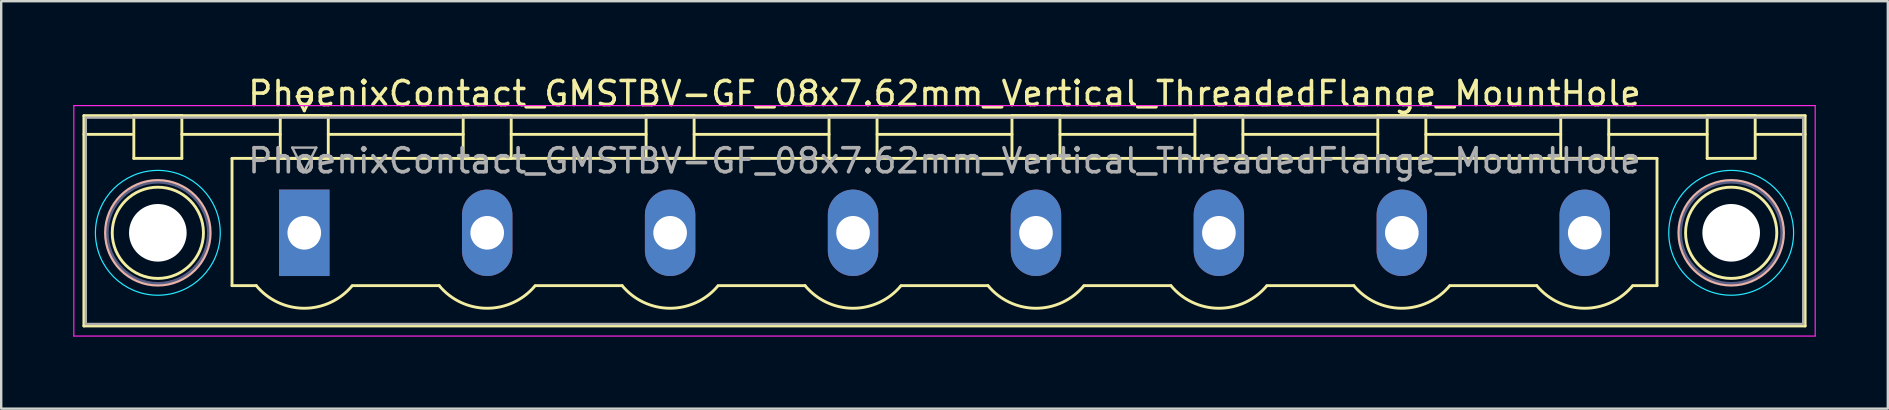
<source format=kicad_pcb>
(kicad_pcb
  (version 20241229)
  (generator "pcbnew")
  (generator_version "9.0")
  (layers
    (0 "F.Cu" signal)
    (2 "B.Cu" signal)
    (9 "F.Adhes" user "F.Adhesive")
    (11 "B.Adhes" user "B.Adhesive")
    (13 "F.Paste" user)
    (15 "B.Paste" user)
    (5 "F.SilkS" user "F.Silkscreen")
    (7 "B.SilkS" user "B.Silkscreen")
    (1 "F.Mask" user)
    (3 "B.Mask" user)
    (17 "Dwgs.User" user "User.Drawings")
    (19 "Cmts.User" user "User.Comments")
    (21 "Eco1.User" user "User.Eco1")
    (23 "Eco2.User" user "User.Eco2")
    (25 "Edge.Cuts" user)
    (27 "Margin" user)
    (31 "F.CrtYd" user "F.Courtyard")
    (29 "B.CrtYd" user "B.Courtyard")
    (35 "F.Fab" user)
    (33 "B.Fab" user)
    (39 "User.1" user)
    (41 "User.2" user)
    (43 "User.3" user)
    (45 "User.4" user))
  (footprint "PhoenixContact_GMSTBV-GF_08x7.62mm_Vertical_ThreadedFlange_MountHole"
    (layer "F.Cu")
    (at 9.625 6.648)
    (property "Reference" "PhoenixContact_GMSTBV-GF_08x7.62mm_Vertical_ThreadedFlange_MountHole" (at 26.67 -5.8 0) (layer "F.SilkS") (effects (font (size 1 1) (thickness 0.15))))
    (attr through_hole)
    (fp_line (start -9.18 -4.88) (end -9.18 3.88) (stroke (width 0.12) (type solid)) (layer "F.SilkS"))
    (fp_line (start -9.18 -4.1) (end -7.18 -4.1) (stroke (width 0.12) (type solid)) (layer "F.SilkS"))
    (fp_line (start -9.18 3.88) (end 62.52 3.88) (stroke (width 0.12) (type solid)) (layer "F.SilkS"))
    (fp_line (start -7.1 -4.88) (end -5.1 -4.88) (stroke (width 0.12) (type solid)) (layer "F.SilkS"))
    (fp_line (start -7.1 -3.1) (end -7.1 -4.88) (stroke (width 0.12) (type solid)) (layer "F.SilkS"))
    (fp_line (start -5.1 -4.88) (end -5.1 -3.1) (stroke (width 0.12) (type solid)) (layer "F.SilkS"))
    (fp_line (start -5.1 -4.1) (end -1 -4.1) (stroke (width 0.12) (type solid)) (layer "F.SilkS"))
    (fp_line (start -5.1 -3.1) (end -7.1 -3.1) (stroke (width 0.12) (type solid)) (layer "F.SilkS"))
    (fp_line (start -3.01 -3.1) (end 56.35 -3.1) (stroke (width 0.12) (type solid)) (layer "F.SilkS"))
    (fp_line (start -3.01 2.2) (end -3.01 -3.1) (stroke (width 0.12) (type solid)) (layer "F.SilkS"))
    (fp_line (start -2 2.2) (end -3.01 2.2) (stroke (width 0.12) (type solid)) (layer "F.SilkS"))
    (fp_line (start -1 -4.88) (end 1 -4.88) (stroke (width 0.12) (type solid)) (layer "F.SilkS"))
    (fp_line (start -1 -3.1) (end -1 -4.88) (stroke (width 0.12) (type solid)) (layer "F.SilkS"))
    (fp_line (start -0.3 -5.68) (end 0.3 -5.68) (stroke (width 0.12) (type solid)) (layer "F.SilkS"))
    (fp_line (start 0 -5.08) (end -0.3 -5.68) (stroke (width 0.12) (type solid)) (layer "F.SilkS"))
    (fp_line (start 0.3 -5.68) (end 0 -5.08) (stroke (width 0.12) (type solid)) (layer "F.SilkS"))
    (fp_line (start 1 -4.88) (end 1 -3.1) (stroke (width 0.12) (type solid)) (layer "F.SilkS"))
    (fp_line (start 1 -4.1) (end 6.62 -4.1) (stroke (width 0.12) (type solid)) (layer "F.SilkS"))
    (fp_line (start 1 -3.1) (end -1 -3.1) (stroke (width 0.12) (type solid)) (layer "F.SilkS"))
    (fp_line (start 2 2.2) (end 5.62 2.2) (stroke (width 0.12) (type solid)) (layer "F.SilkS"))
    (fp_line (start 6.62 -4.88) (end 8.62 -4.88) (stroke (width 0.12) (type solid)) (layer "F.SilkS"))
    (fp_line (start 6.62 -3.1) (end 6.62 -4.88) (stroke (width 0.12) (type solid)) (layer "F.SilkS"))
    (fp_line (start 8.62 -4.88) (end 8.62 -3.1) (stroke (width 0.12) (type solid)) (layer "F.SilkS"))
    (fp_line (start 8.62 -4.1) (end 14.24 -4.1) (stroke (width 0.12) (type solid)) (layer "F.SilkS"))
    (fp_line (start 8.62 -3.1) (end 6.62 -3.1) (stroke (width 0.12) (type solid)) (layer "F.SilkS"))
    (fp_line (start 9.62 2.2) (end 13.24 2.2) (stroke (width 0.12) (type solid)) (layer "F.SilkS"))
    (fp_line (start 14.24 -4.88) (end 16.24 -4.88) (stroke (width 0.12) (type solid)) (layer "F.SilkS"))
    (fp_line (start 14.24 -3.1) (end 14.24 -4.88) (stroke (width 0.12) (type solid)) (layer "F.SilkS"))
    (fp_line (start 16.24 -4.88) (end 16.24 -3.1) (stroke (width 0.12) (type solid)) (layer "F.SilkS"))
    (fp_line (start 16.24 -4.1) (end 21.86 -4.1) (stroke (width 0.12) (type solid)) (layer "F.SilkS"))
    (fp_line (start 16.24 -3.1) (end 14.24 -3.1) (stroke (width 0.12) (type solid)) (layer "F.SilkS"))
    (fp_line (start 17.24 2.2) (end 20.86 2.2) (stroke (width 0.12) (type solid)) (layer "F.SilkS"))
    (fp_line (start 21.86 -4.88) (end 23.86 -4.88) (stroke (width 0.12) (type solid)) (layer "F.SilkS"))
    (fp_line (start 21.86 -3.1) (end 21.86 -4.88) (stroke (width 0.12) (type solid)) (layer "F.SilkS"))
    (fp_line (start 23.86 -4.88) (end 23.86 -3.1) (stroke (width 0.12) (type solid)) (layer "F.SilkS"))
    (fp_line (start 23.86 -4.1) (end 29.48 -4.1) (stroke (width 0.12) (type solid)) (layer "F.SilkS"))
    (fp_line (start 23.86 -3.1) (end 21.86 -3.1) (stroke (width 0.12) (type solid)) (layer "F.SilkS"))
    (fp_line (start 24.86 2.2) (end 28.48 2.2) (stroke (width 0.12) (type solid)) (layer "F.SilkS"))
    (fp_line (start 29.48 -4.88) (end 31.48 -4.88) (stroke (width 0.12) (type solid)) (layer "F.SilkS"))
    (fp_line (start 29.48 -3.1) (end 29.48 -4.88) (stroke (width 0.12) (type solid)) (layer "F.SilkS"))
    (fp_line (start 31.48 -4.88) (end 31.48 -3.1) (stroke (width 0.12) (type solid)) (layer "F.SilkS"))
    (fp_line (start 31.48 -4.1) (end 37.1 -4.1) (stroke (width 0.12) (type solid)) (layer "F.SilkS"))
    (fp_line (start 31.48 -3.1) (end 29.48 -3.1) (stroke (width 0.12) (type solid)) (layer "F.SilkS"))
    (fp_line (start 32.48 2.2) (end 36.1 2.2) (stroke (width 0.12) (type solid)) (layer "F.SilkS"))
    (fp_line (start 37.1 -4.88) (end 39.1 -4.88) (stroke (width 0.12) (type solid)) (layer "F.SilkS"))
    (fp_line (start 37.1 -3.1) (end 37.1 -4.88) (stroke (width 0.12) (type solid)) (layer "F.SilkS"))
    (fp_line (start 39.1 -4.88) (end 39.1 -3.1) (stroke (width 0.12) (type solid)) (layer "F.SilkS"))
    (fp_line (start 39.1 -4.1) (end 44.72 -4.1) (stroke (width 0.12) (type solid)) (layer "F.SilkS"))
    (fp_line (start 39.1 -3.1) (end 37.1 -3.1) (stroke (width 0.12) (type solid)) (layer "F.SilkS"))
    (fp_line (start 40.1 2.2) (end 43.72 2.2) (stroke (width 0.12) (type solid)) (layer "F.SilkS"))
    (fp_line (start 44.72 -4.88) (end 46.72 -4.88) (stroke (width 0.12) (type solid)) (layer "F.SilkS"))
    (fp_line (start 44.72 -3.1) (end 44.72 -4.88) (stroke (width 0.12) (type solid)) (layer "F.SilkS"))
    (fp_line (start 46.72 -4.88) (end 46.72 -3.1) (stroke (width 0.12) (type solid)) (layer "F.SilkS"))
    (fp_line (start 46.72 -4.1) (end 52.34 -4.1) (stroke (width 0.12) (type solid)) (layer "F.SilkS"))
    (fp_line (start 46.72 -3.1) (end 44.72 -3.1) (stroke (width 0.12) (type solid)) (layer "F.SilkS"))
    (fp_line (start 47.72 2.2) (end 51.34 2.2) (stroke (width 0.12) (type solid)) (layer "F.SilkS"))
    (fp_line (start 52.34 -4.88) (end 54.34 -4.88) (stroke (width 0.12) (type solid)) (layer "F.SilkS"))
    (fp_line (start 52.34 -3.1) (end 52.34 -4.88) (stroke (width 0.12) (type solid)) (layer "F.SilkS"))
    (fp_line (start 54.34 -4.88) (end 54.34 -3.1) (stroke (width 0.12) (type solid)) (layer "F.SilkS"))
    (fp_line (start 54.34 -4.1) (end 58.44 -4.1) (stroke (width 0.12) (type solid)) (layer "F.SilkS"))
    (fp_line (start 54.34 -3.1) (end 52.34 -3.1) (stroke (width 0.12) (type solid)) (layer "F.SilkS"))
    (fp_line (start 56.35 -3.1) (end 56.35 2.2) (stroke (width 0.12) (type solid)) (layer "F.SilkS"))
    (fp_line (start 56.35 2.2) (end 55.34 2.2) (stroke (width 0.12) (type solid)) (layer "F.SilkS"))
    (fp_line (start 58.44 -4.88) (end 60.44 -4.88) (stroke (width 0.12) (type solid)) (layer "F.SilkS"))
    (fp_line (start 58.44 -3.1) (end 58.44 -4.88) (stroke (width 0.12) (type solid)) (layer "F.SilkS"))
    (fp_line (start 60.44 -4.88) (end 60.44 -3.1) (stroke (width 0.12) (type solid)) (layer "F.SilkS"))
    (fp_line (start 60.44 -3.1) (end 58.44 -3.1) (stroke (width 0.12) (type solid)) (layer "F.SilkS"))
    (fp_line (start 62.52 -4.88) (end -9.18 -4.88) (stroke (width 0.12) (type solid)) (layer "F.SilkS"))
    (fp_line (start 62.52 -4.1) (end 60.52 -4.1) (stroke (width 0.12) (type solid)) (layer "F.SilkS"))
    (fp_line (start 62.52 3.88) (end 62.52 -4.88) (stroke (width 0.12) (type solid)) (layer "F.SilkS"))
    (fp_arc (start 1.986842 2.215821) (mid -0.010289 3.142758) (end -2 2.2) (stroke (width 0.12) (type solid)) (layer "F.SilkS"))
    (fp_arc (start 9.606842 2.215821) (mid 7.609711 3.142758) (end 5.62 2.2) (stroke (width 0.12) (type solid)) (layer "F.SilkS"))
    (fp_arc (start 17.226842 2.215821) (mid 15.229711 3.142758) (end 13.24 2.2) (stroke (width 0.12) (type solid)) (layer "F.SilkS"))
    (fp_arc (start 24.846842 2.215821) (mid 22.849711 3.142758) (end 20.86 2.2) (stroke (width 0.12) (type solid)) (layer "F.SilkS"))
    (fp_arc (start 32.466842 2.215821) (mid 30.469711 3.142758) (end 28.48 2.2) (stroke (width 0.12) (type solid)) (layer "F.SilkS"))
    (fp_arc (start 40.086842 2.215821) (mid 38.089711 3.142758) (end 36.1 2.2) (stroke (width 0.12) (type solid)) (layer "F.SilkS"))
    (fp_arc (start 47.706842 2.215821) (mid 45.709711 3.142758) (end 43.72 2.2) (stroke (width 0.12) (type solid)) (layer "F.SilkS"))
    (fp_arc (start 55.326842 2.215821) (mid 53.329711 3.142758) (end 51.34 2.2) (stroke (width 0.12) (type solid)) (layer "F.SilkS"))
    (fp_circle (center -6.1 0) (end -4.2 0) (stroke (width 0.12) (type solid)) (fill no) (layer "F.SilkS"))
    (fp_circle (center 59.44 0) (end 61.34 0) (stroke (width 0.12) (type solid)) (fill no) (layer "F.SilkS"))
    (fp_circle (center -6.1 0) (end -3.92 0) (stroke (width 0.12) (type solid)) (fill no) (layer "B.SilkS"))
    (fp_circle (center 59.44 0) (end 61.62 0) (stroke (width 0.12) (type solid)) (fill no) (layer "B.SilkS"))
    (fp_circle (center -6.1 0) (end -3.5 0) (stroke (width 0.05) (type solid)) (fill no) (layer "B.CrtYd"))
    (fp_circle (center 59.44 0) (end 62.04 0) (stroke (width 0.05) (type solid)) (fill no) (layer "B.CrtYd"))
    (fp_line (start -9.6 -5.3) (end -9.6 4.3) (stroke (width 0.05) (type solid)) (layer "F.CrtYd"))
    (fp_line (start -9.6 4.3) (end 62.94 4.3) (stroke (width 0.05) (type solid)) (layer "F.CrtYd"))
    (fp_line (start 62.94 -5.3) (end -9.6 -5.3) (stroke (width 0.05) (type solid)) (layer "F.CrtYd"))
    (fp_line (start 62.94 4.3) (end 62.94 -5.3) (stroke (width 0.05) (type solid)) (layer "F.CrtYd"))
    (fp_circle (center -6.1 0) (end -4 0) (stroke (width 0.1) (type solid)) (fill no) (layer "B.Fab"))
    (fp_circle (center 59.44 0) (end 61.54 0) (stroke (width 0.1) (type solid)) (fill no) (layer "B.Fab"))
    (fp_line (start -9.1 -4.8) (end -9.1 3.8) (stroke (width 0.1) (type solid)) (layer "F.Fab"))
    (fp_line (start -9.1 3.8) (end 62.44 3.8) (stroke (width 0.1) (type solid)) (layer "F.Fab"))
    (fp_line (start -0.5 -3.55) (end 0.5 -3.55) (stroke (width 0.1) (type solid)) (layer "F.Fab"))
    (fp_line (start 0 -2.55) (end -0.5 -3.55) (stroke (width 0.1) (type solid)) (layer "F.Fab"))
    (fp_line (start 0.5 -3.55) (end 0 -2.55) (stroke (width 0.1) (type solid)) (layer "F.Fab"))
    (fp_line (start 62.44 -4.8) (end -9.1 -4.8) (stroke (width 0.1) (type solid)) (layer "F.Fab"))
    (fp_line (start 62.44 3.8) (end 62.44 -4.8) (stroke (width 0.1) (type solid)) (layer "F.Fab"))
    (fp_text user "${REFERENCE}" (at 26.67 -3 0) (layer "F.Fab") (effects (font (size 1 1) (thickness 0.15))))
    (pad "" np_thru_hole circle (at -6.1 0) (size 2.4 2.4) (drill 2.4) (layers "*.Cu" "*.Mask"))
    (pad "" np_thru_hole circle (at 59.44 0) (size 2.4 2.4) (drill 2.4) (layers "*.Cu" "*.Mask"))
    (pad "1" thru_hole rect (at 0 0) (size 2.1 3.6) (drill 1.4) (layers "*.Cu" "*.Mask"))
    (pad "2" thru_hole oval (at 7.62 0) (size 2.1 3.6) (drill 1.4) (layers "*.Cu" "*.Mask"))
    (pad "3" thru_hole oval (at 15.24 0) (size 2.1 3.6) (drill 1.4) (layers "*.Cu" "*.Mask"))
    (pad "4" thru_hole oval (at 22.86 0) (size 2.1 3.6) (drill 1.4) (layers "*.Cu" "*.Mask"))
    (pad "5" thru_hole oval (at 30.48 0) (size 2.1 3.6) (drill 1.4) (layers "*.Cu" "*.Mask"))
    (pad "6" thru_hole oval (at 38.1 0) (size 2.1 3.6) (drill 1.4) (layers "*.Cu" "*.Mask"))
    (pad "7" thru_hole oval (at 45.72 0) (size 2.1 3.6) (drill 1.4) (layers "*.Cu" "*.Mask"))
    (pad "8" thru_hole oval (at 53.34 0) (size 2.1 3.6) (drill 1.4) (layers "*.Cu" "*.Mask")))
  (gr_rect
    (start -3 -3)
    (end 75.59 13.973)
    (stroke (width 0.1) (type default))
    (fill no)
    (layer "Edge.Cuts")))
</source>
